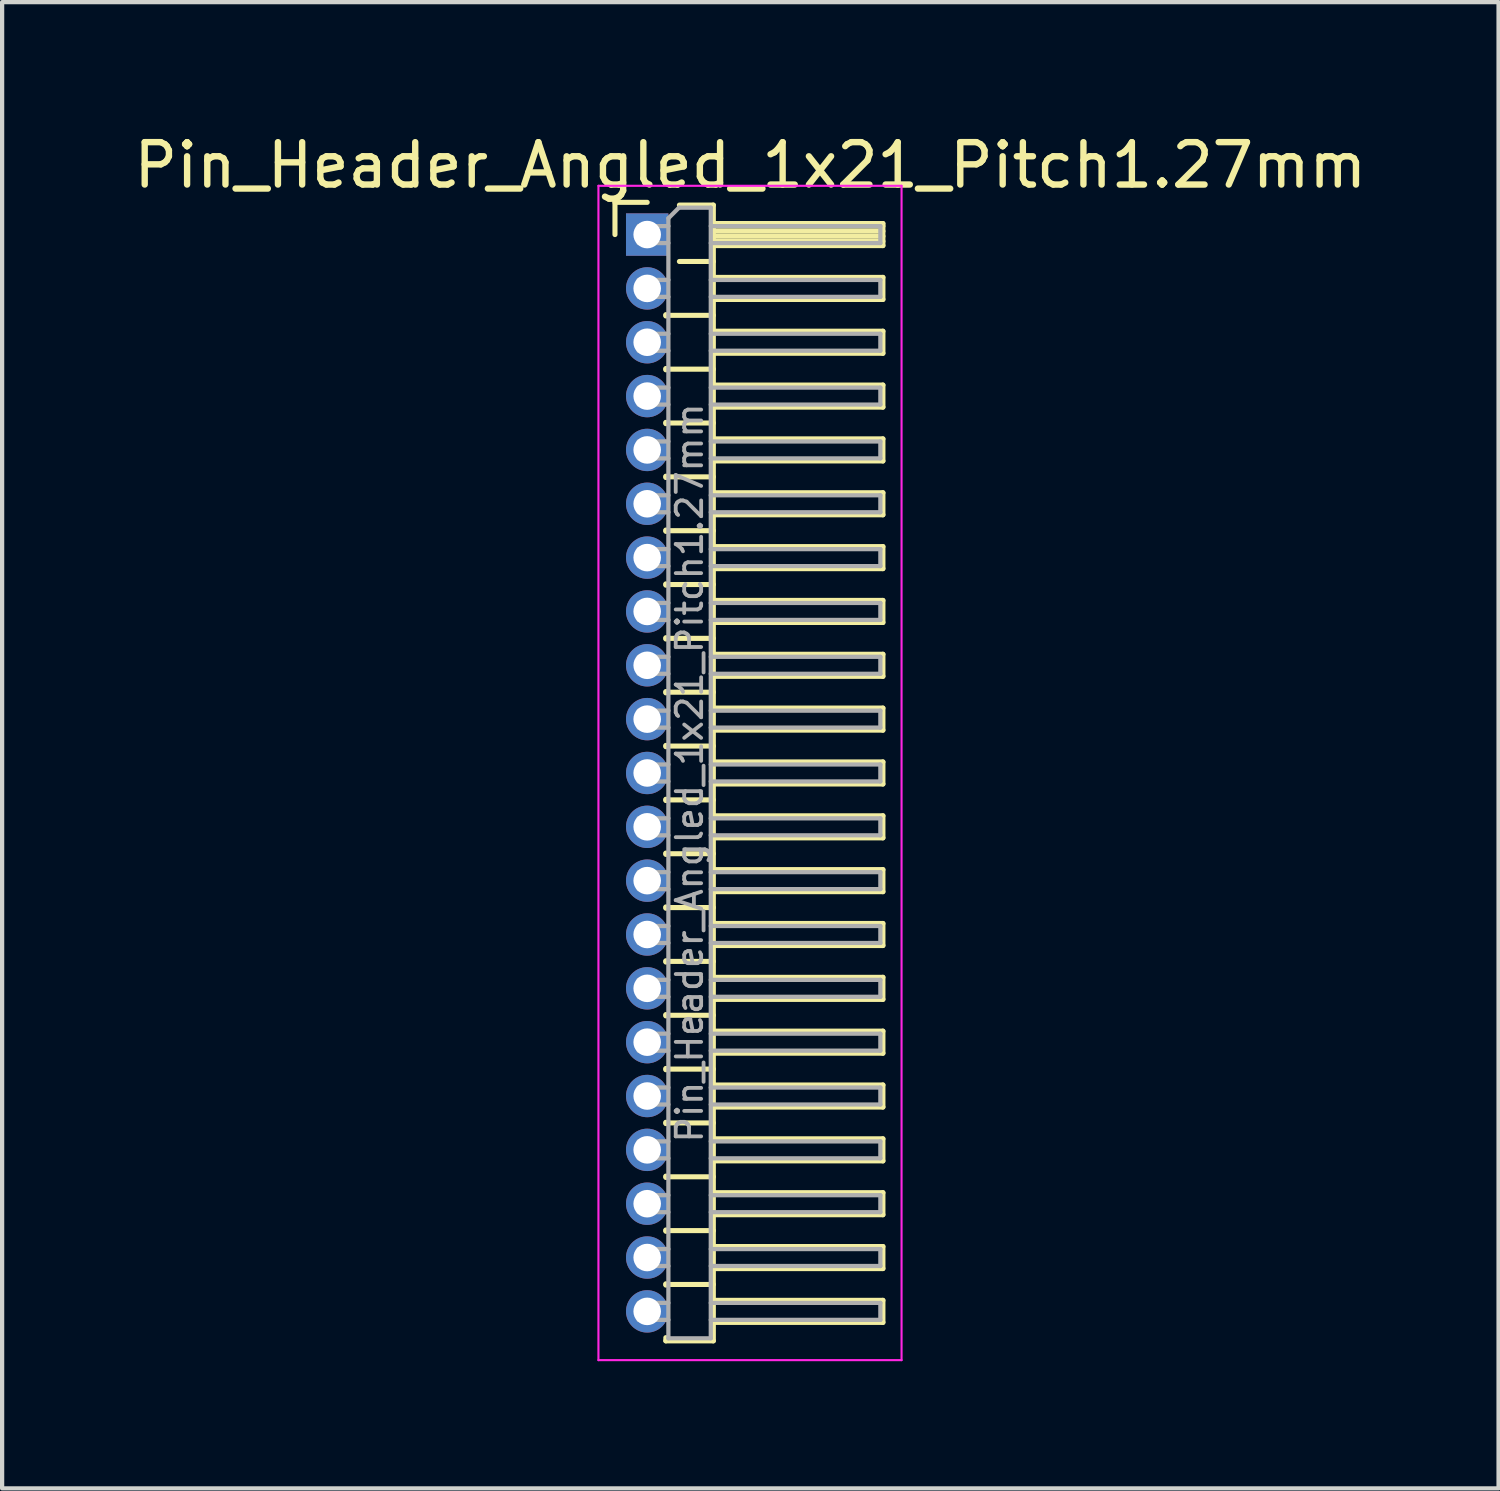
<source format=kicad_pcb>
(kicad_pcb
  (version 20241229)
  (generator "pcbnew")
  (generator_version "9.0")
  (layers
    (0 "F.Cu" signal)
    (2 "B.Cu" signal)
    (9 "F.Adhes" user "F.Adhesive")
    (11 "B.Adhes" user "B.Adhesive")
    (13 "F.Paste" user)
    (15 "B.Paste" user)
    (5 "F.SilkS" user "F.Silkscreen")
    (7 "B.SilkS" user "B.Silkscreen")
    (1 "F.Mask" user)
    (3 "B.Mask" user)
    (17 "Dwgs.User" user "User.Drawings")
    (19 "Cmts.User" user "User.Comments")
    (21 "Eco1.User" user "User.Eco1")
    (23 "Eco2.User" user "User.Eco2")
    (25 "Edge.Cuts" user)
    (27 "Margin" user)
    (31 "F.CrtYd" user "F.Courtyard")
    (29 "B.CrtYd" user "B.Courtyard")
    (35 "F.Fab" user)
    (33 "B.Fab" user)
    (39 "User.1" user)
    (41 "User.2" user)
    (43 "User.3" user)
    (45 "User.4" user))
  (footprint "Pin_Header_Angled_1x21_Pitch1.27mm"
    (layer "F.Cu")
    (at 12.216 2.483)
    (property "Reference" "Pin_Header_Angled_1x21_Pitch1.27mm" (at 2.433 -1.635 0) (layer "F.SilkS") (effects (font (size 1 1) (thickness 0.15))))
    (attr through_hole)
    (fp_line (start -0.76 -0.76) (end 0 -0.76) (stroke (width 0.12) (type solid)) (layer "F.SilkS"))
    (fp_line (start -0.76 0) (end -0.76 -0.76) (stroke (width 0.12) (type solid)) (layer "F.SilkS"))
    (fp_line (start 0.44 1.89) (end 0.44 1.92) (stroke (width 0.12) (type solid)) (layer "F.SilkS"))
    (fp_line (start 0.44 1.905) (end 1.56 1.905) (stroke (width 0.12) (type solid)) (layer "F.SilkS"))
    (fp_line (start 0.44 3.16) (end 0.44 3.19) (stroke (width 0.12) (type solid)) (layer "F.SilkS"))
    (fp_line (start 0.44 3.175) (end 1.56 3.175) (stroke (width 0.12) (type solid)) (layer "F.SilkS"))
    (fp_line (start 0.44 4.43) (end 0.44 4.46) (stroke (width 0.12) (type solid)) (layer "F.SilkS"))
    (fp_line (start 0.44 4.445) (end 1.56 4.445) (stroke (width 0.12) (type solid)) (layer "F.SilkS"))
    (fp_line (start 0.44 5.7) (end 0.44 5.73) (stroke (width 0.12) (type solid)) (layer "F.SilkS"))
    (fp_line (start 0.44 5.715) (end 1.56 5.715) (stroke (width 0.12) (type solid)) (layer "F.SilkS"))
    (fp_line (start 0.44 6.97) (end 0.44 7) (stroke (width 0.12) (type solid)) (layer "F.SilkS"))
    (fp_line (start 0.44 6.985) (end 1.56 6.985) (stroke (width 0.12) (type solid)) (layer "F.SilkS"))
    (fp_line (start 0.44 8.24) (end 0.44 8.27) (stroke (width 0.12) (type solid)) (layer "F.SilkS"))
    (fp_line (start 0.44 8.255) (end 1.56 8.255) (stroke (width 0.12) (type solid)) (layer "F.SilkS"))
    (fp_line (start 0.44 9.51) (end 0.44 9.54) (stroke (width 0.12) (type solid)) (layer "F.SilkS"))
    (fp_line (start 0.44 9.525) (end 1.56 9.525) (stroke (width 0.12) (type solid)) (layer "F.SilkS"))
    (fp_line (start 0.44 10.78) (end 0.44 10.81) (stroke (width 0.12) (type solid)) (layer "F.SilkS"))
    (fp_line (start 0.44 10.795) (end 1.56 10.795) (stroke (width 0.12) (type solid)) (layer "F.SilkS"))
    (fp_line (start 0.44 12.05) (end 0.44 12.08) (stroke (width 0.12) (type solid)) (layer "F.SilkS"))
    (fp_line (start 0.44 12.065) (end 1.56 12.065) (stroke (width 0.12) (type solid)) (layer "F.SilkS"))
    (fp_line (start 0.44 13.32) (end 0.44 13.35) (stroke (width 0.12) (type solid)) (layer "F.SilkS"))
    (fp_line (start 0.44 13.335) (end 1.56 13.335) (stroke (width 0.12) (type solid)) (layer "F.SilkS"))
    (fp_line (start 0.44 14.59) (end 0.44 14.62) (stroke (width 0.12) (type solid)) (layer "F.SilkS"))
    (fp_line (start 0.44 14.605) (end 1.56 14.605) (stroke (width 0.12) (type solid)) (layer "F.SilkS"))
    (fp_line (start 0.44 15.86) (end 0.44 15.89) (stroke (width 0.12) (type solid)) (layer "F.SilkS"))
    (fp_line (start 0.44 15.875) (end 1.56 15.875) (stroke (width 0.12) (type solid)) (layer "F.SilkS"))
    (fp_line (start 0.44 17.13) (end 0.44 17.16) (stroke (width 0.12) (type solid)) (layer "F.SilkS"))
    (fp_line (start 0.44 17.145) (end 1.56 17.145) (stroke (width 0.12) (type solid)) (layer "F.SilkS"))
    (fp_line (start 0.44 18.4) (end 0.44 18.43) (stroke (width 0.12) (type solid)) (layer "F.SilkS"))
    (fp_line (start 0.44 18.415) (end 1.56 18.415) (stroke (width 0.12) (type solid)) (layer "F.SilkS"))
    (fp_line (start 0.44 19.67) (end 0.44 19.7) (stroke (width 0.12) (type solid)) (layer "F.SilkS"))
    (fp_line (start 0.44 19.685) (end 1.56 19.685) (stroke (width 0.12) (type solid)) (layer "F.SilkS"))
    (fp_line (start 0.44 20.94) (end 0.44 20.97) (stroke (width 0.12) (type solid)) (layer "F.SilkS"))
    (fp_line (start 0.44 20.955) (end 1.56 20.955) (stroke (width 0.12) (type solid)) (layer "F.SilkS"))
    (fp_line (start 0.44 22.21) (end 0.44 22.24) (stroke (width 0.12) (type solid)) (layer "F.SilkS"))
    (fp_line (start 0.44 22.225) (end 1.56 22.225) (stroke (width 0.12) (type solid)) (layer "F.SilkS"))
    (fp_line (start 0.44 23.48) (end 0.44 23.51) (stroke (width 0.12) (type solid)) (layer "F.SilkS"))
    (fp_line (start 0.44 23.495) (end 1.56 23.495) (stroke (width 0.12) (type solid)) (layer "F.SilkS"))
    (fp_line (start 0.44 24.75) (end 0.44 24.78) (stroke (width 0.12) (type solid)) (layer "F.SilkS"))
    (fp_line (start 0.44 24.765) (end 1.56 24.765) (stroke (width 0.12) (type solid)) (layer "F.SilkS"))
    (fp_line (start 0.44 26.095) (end 0.44 26.02) (stroke (width 0.12) (type solid)) (layer "F.SilkS"))
    (fp_line (start 0.76 -0.695) (end 1.56 -0.695) (stroke (width 0.12) (type solid)) (layer "F.SilkS"))
    (fp_line (start 0.76 0.635) (end 1.56 0.635) (stroke (width 0.12) (type solid)) (layer "F.SilkS"))
    (fp_line (start 1.56 -0.695) (end 1.56 26.095) (stroke (width 0.12) (type solid)) (layer "F.SilkS"))
    (fp_line (start 1.56 -0.26) (end 5.56 -0.26) (stroke (width 0.12) (type solid)) (layer "F.SilkS"))
    (fp_line (start 1.56 -0.2) (end 5.56 -0.2) (stroke (width 0.12) (type solid)) (layer "F.SilkS"))
    (fp_line (start 1.56 -0.08) (end 5.56 -0.08) (stroke (width 0.12) (type solid)) (layer "F.SilkS"))
    (fp_line (start 1.56 0.04) (end 5.56 0.04) (stroke (width 0.12) (type solid)) (layer "F.SilkS"))
    (fp_line (start 1.56 0.16) (end 5.56 0.16) (stroke (width 0.12) (type solid)) (layer "F.SilkS"))
    (fp_line (start 1.56 1.01) (end 5.56 1.01) (stroke (width 0.12) (type solid)) (layer "F.SilkS"))
    (fp_line (start 1.56 2.28) (end 5.56 2.28) (stroke (width 0.12) (type solid)) (layer "F.SilkS"))
    (fp_line (start 1.56 3.55) (end 5.56 3.55) (stroke (width 0.12) (type solid)) (layer "F.SilkS"))
    (fp_line (start 1.56 4.82) (end 5.56 4.82) (stroke (width 0.12) (type solid)) (layer "F.SilkS"))
    (fp_line (start 1.56 6.09) (end 5.56 6.09) (stroke (width 0.12) (type solid)) (layer "F.SilkS"))
    (fp_line (start 1.56 7.36) (end 5.56 7.36) (stroke (width 0.12) (type solid)) (layer "F.SilkS"))
    (fp_line (start 1.56 8.63) (end 5.56 8.63) (stroke (width 0.12) (type solid)) (layer "F.SilkS"))
    (fp_line (start 1.56 9.9) (end 5.56 9.9) (stroke (width 0.12) (type solid)) (layer "F.SilkS"))
    (fp_line (start 1.56 11.17) (end 5.56 11.17) (stroke (width 0.12) (type solid)) (layer "F.SilkS"))
    (fp_line (start 1.56 12.44) (end 5.56 12.44) (stroke (width 0.12) (type solid)) (layer "F.SilkS"))
    (fp_line (start 1.56 13.71) (end 5.56 13.71) (stroke (width 0.12) (type solid)) (layer "F.SilkS"))
    (fp_line (start 1.56 14.98) (end 5.56 14.98) (stroke (width 0.12) (type solid)) (layer "F.SilkS"))
    (fp_line (start 1.56 16.25) (end 5.56 16.25) (stroke (width 0.12) (type solid)) (layer "F.SilkS"))
    (fp_line (start 1.56 17.52) (end 5.56 17.52) (stroke (width 0.12) (type solid)) (layer "F.SilkS"))
    (fp_line (start 1.56 18.79) (end 5.56 18.79) (stroke (width 0.12) (type solid)) (layer "F.SilkS"))
    (fp_line (start 1.56 20.06) (end 5.56 20.06) (stroke (width 0.12) (type solid)) (layer "F.SilkS"))
    (fp_line (start 1.56 21.33) (end 5.56 21.33) (stroke (width 0.12) (type solid)) (layer "F.SilkS"))
    (fp_line (start 1.56 22.6) (end 5.56 22.6) (stroke (width 0.12) (type solid)) (layer "F.SilkS"))
    (fp_line (start 1.56 23.87) (end 5.56 23.87) (stroke (width 0.12) (type solid)) (layer "F.SilkS"))
    (fp_line (start 1.56 25.14) (end 5.56 25.14) (stroke (width 0.12) (type solid)) (layer "F.SilkS"))
    (fp_line (start 1.56 26.095) (end 0.44 26.095) (stroke (width 0.12) (type solid)) (layer "F.SilkS"))
    (fp_line (start 5.56 -0.26) (end 5.56 0.26) (stroke (width 0.12) (type solid)) (layer "F.SilkS"))
    (fp_line (start 5.56 0.26) (end 1.56 0.26) (stroke (width 0.12) (type solid)) (layer "F.SilkS"))
    (fp_line (start 5.56 1.01) (end 5.56 1.53) (stroke (width 0.12) (type solid)) (layer "F.SilkS"))
    (fp_line (start 5.56 1.53) (end 1.56 1.53) (stroke (width 0.12) (type solid)) (layer "F.SilkS"))
    (fp_line (start 5.56 2.28) (end 5.56 2.8) (stroke (width 0.12) (type solid)) (layer "F.SilkS"))
    (fp_line (start 5.56 2.8) (end 1.56 2.8) (stroke (width 0.12) (type solid)) (layer "F.SilkS"))
    (fp_line (start 5.56 3.55) (end 5.56 4.07) (stroke (width 0.12) (type solid)) (layer "F.SilkS"))
    (fp_line (start 5.56 4.07) (end 1.56 4.07) (stroke (width 0.12) (type solid)) (layer "F.SilkS"))
    (fp_line (start 5.56 4.82) (end 5.56 5.34) (stroke (width 0.12) (type solid)) (layer "F.SilkS"))
    (fp_line (start 5.56 5.34) (end 1.56 5.34) (stroke (width 0.12) (type solid)) (layer "F.SilkS"))
    (fp_line (start 5.56 6.09) (end 5.56 6.61) (stroke (width 0.12) (type solid)) (layer "F.SilkS"))
    (fp_line (start 5.56 6.61) (end 1.56 6.61) (stroke (width 0.12) (type solid)) (layer "F.SilkS"))
    (fp_line (start 5.56 7.36) (end 5.56 7.88) (stroke (width 0.12) (type solid)) (layer "F.SilkS"))
    (fp_line (start 5.56 7.88) (end 1.56 7.88) (stroke (width 0.12) (type solid)) (layer "F.SilkS"))
    (fp_line (start 5.56 8.63) (end 5.56 9.15) (stroke (width 0.12) (type solid)) (layer "F.SilkS"))
    (fp_line (start 5.56 9.15) (end 1.56 9.15) (stroke (width 0.12) (type solid)) (layer "F.SilkS"))
    (fp_line (start 5.56 9.9) (end 5.56 10.42) (stroke (width 0.12) (type solid)) (layer "F.SilkS"))
    (fp_line (start 5.56 10.42) (end 1.56 10.42) (stroke (width 0.12) (type solid)) (layer "F.SilkS"))
    (fp_line (start 5.56 11.17) (end 5.56 11.69) (stroke (width 0.12) (type solid)) (layer "F.SilkS"))
    (fp_line (start 5.56 11.69) (end 1.56 11.69) (stroke (width 0.12) (type solid)) (layer "F.SilkS"))
    (fp_line (start 5.56 12.44) (end 5.56 12.96) (stroke (width 0.12) (type solid)) (layer "F.SilkS"))
    (fp_line (start 5.56 12.96) (end 1.56 12.96) (stroke (width 0.12) (type solid)) (layer "F.SilkS"))
    (fp_line (start 5.56 13.71) (end 5.56 14.23) (stroke (width 0.12) (type solid)) (layer "F.SilkS"))
    (fp_line (start 5.56 14.23) (end 1.56 14.23) (stroke (width 0.12) (type solid)) (layer "F.SilkS"))
    (fp_line (start 5.56 14.98) (end 5.56 15.5) (stroke (width 0.12) (type solid)) (layer "F.SilkS"))
    (fp_line (start 5.56 15.5) (end 1.56 15.5) (stroke (width 0.12) (type solid)) (layer "F.SilkS"))
    (fp_line (start 5.56 16.25) (end 5.56 16.77) (stroke (width 0.12) (type solid)) (layer "F.SilkS"))
    (fp_line (start 5.56 16.77) (end 1.56 16.77) (stroke (width 0.12) (type solid)) (layer "F.SilkS"))
    (fp_line (start 5.56 17.52) (end 5.56 18.04) (stroke (width 0.12) (type solid)) (layer "F.SilkS"))
    (fp_line (start 5.56 18.04) (end 1.56 18.04) (stroke (width 0.12) (type solid)) (layer "F.SilkS"))
    (fp_line (start 5.56 18.79) (end 5.56 19.31) (stroke (width 0.12) (type solid)) (layer "F.SilkS"))
    (fp_line (start 5.56 19.31) (end 1.56 19.31) (stroke (width 0.12) (type solid)) (layer "F.SilkS"))
    (fp_line (start 5.56 20.06) (end 5.56 20.58) (stroke (width 0.12) (type solid)) (layer "F.SilkS"))
    (fp_line (start 5.56 20.58) (end 1.56 20.58) (stroke (width 0.12) (type solid)) (layer "F.SilkS"))
    (fp_line (start 5.56 21.33) (end 5.56 21.85) (stroke (width 0.12) (type solid)) (layer "F.SilkS"))
    (fp_line (start 5.56 21.85) (end 1.56 21.85) (stroke (width 0.12) (type solid)) (layer "F.SilkS"))
    (fp_line (start 5.56 22.6) (end 5.56 23.12) (stroke (width 0.12) (type solid)) (layer "F.SilkS"))
    (fp_line (start 5.56 23.12) (end 1.56 23.12) (stroke (width 0.12) (type solid)) (layer "F.SilkS"))
    (fp_line (start 5.56 23.87) (end 5.56 24.39) (stroke (width 0.12) (type solid)) (layer "F.SilkS"))
    (fp_line (start 5.56 24.39) (end 1.56 24.39) (stroke (width 0.12) (type solid)) (layer "F.SilkS"))
    (fp_line (start 5.56 25.14) (end 5.56 25.66) (stroke (width 0.12) (type solid)) (layer "F.SilkS"))
    (fp_line (start 5.56 25.66) (end 1.56 25.66) (stroke (width 0.12) (type solid)) (layer "F.SilkS"))
    (fp_line (start -1.15 -1.15) (end -1.15 26.55) (stroke (width 0.05) (type solid)) (layer "F.CrtYd"))
    (fp_line (start -1.15 26.55) (end 6 26.55) (stroke (width 0.05) (type solid)) (layer "F.CrtYd"))
    (fp_line (start 6 -1.15) (end -1.15 -1.15) (stroke (width 0.05) (type solid)) (layer "F.CrtYd"))
    (fp_line (start 6 26.55) (end 6 -1.15) (stroke (width 0.05) (type solid)) (layer "F.CrtYd"))
    (fp_line (start -0.2 -0.2) (end -0.2 0.2) (stroke (width 0.1) (type solid)) (layer "F.Fab"))
    (fp_line (start -0.2 -0.2) (end 0.5 -0.2) (stroke (width 0.1) (type solid)) (layer "F.Fab"))
    (fp_line (start -0.2 0.2) (end 0.5 0.2) (stroke (width 0.1) (type solid)) (layer "F.Fab"))
    (fp_line (start -0.2 1.07) (end -0.2 1.47) (stroke (width 0.1) (type solid)) (layer "F.Fab"))
    (fp_line (start -0.2 1.07) (end 0.5 1.07) (stroke (width 0.1) (type solid)) (layer "F.Fab"))
    (fp_line (start -0.2 1.47) (end 0.5 1.47) (stroke (width 0.1) (type solid)) (layer "F.Fab"))
    (fp_line (start -0.2 2.34) (end -0.2 2.74) (stroke (width 0.1) (type solid)) (layer "F.Fab"))
    (fp_line (start -0.2 2.34) (end 0.5 2.34) (stroke (width 0.1) (type solid)) (layer "F.Fab"))
    (fp_line (start -0.2 2.74) (end 0.5 2.74) (stroke (width 0.1) (type solid)) (layer "F.Fab"))
    (fp_line (start -0.2 3.61) (end -0.2 4.01) (stroke (width 0.1) (type solid)) (layer "F.Fab"))
    (fp_line (start -0.2 3.61) (end 0.5 3.61) (stroke (width 0.1) (type solid)) (layer "F.Fab"))
    (fp_line (start -0.2 4.01) (end 0.5 4.01) (stroke (width 0.1) (type solid)) (layer "F.Fab"))
    (fp_line (start -0.2 4.88) (end -0.2 5.28) (stroke (width 0.1) (type solid)) (layer "F.Fab"))
    (fp_line (start -0.2 4.88) (end 0.5 4.88) (stroke (width 0.1) (type solid)) (layer "F.Fab"))
    (fp_line (start -0.2 5.28) (end 0.5 5.28) (stroke (width 0.1) (type solid)) (layer "F.Fab"))
    (fp_line (start -0.2 6.15) (end -0.2 6.55) (stroke (width 0.1) (type solid)) (layer "F.Fab"))
    (fp_line (start -0.2 6.15) (end 0.5 6.15) (stroke (width 0.1) (type solid)) (layer "F.Fab"))
    (fp_line (start -0.2 6.55) (end 0.5 6.55) (stroke (width 0.1) (type solid)) (layer "F.Fab"))
    (fp_line (start -0.2 7.42) (end -0.2 7.82) (stroke (width 0.1) (type solid)) (layer "F.Fab"))
    (fp_line (start -0.2 7.42) (end 0.5 7.42) (stroke (width 0.1) (type solid)) (layer "F.Fab"))
    (fp_line (start -0.2 7.82) (end 0.5 7.82) (stroke (width 0.1) (type solid)) (layer "F.Fab"))
    (fp_line (start -0.2 8.69) (end -0.2 9.09) (stroke (width 0.1) (type solid)) (layer "F.Fab"))
    (fp_line (start -0.2 8.69) (end 0.5 8.69) (stroke (width 0.1) (type solid)) (layer "F.Fab"))
    (fp_line (start -0.2 9.09) (end 0.5 9.09) (stroke (width 0.1) (type solid)) (layer "F.Fab"))
    (fp_line (start -0.2 9.96) (end -0.2 10.36) (stroke (width 0.1) (type solid)) (layer "F.Fab"))
    (fp_line (start -0.2 9.96) (end 0.5 9.96) (stroke (width 0.1) (type solid)) (layer "F.Fab"))
    (fp_line (start -0.2 10.36) (end 0.5 10.36) (stroke (width 0.1) (type solid)) (layer "F.Fab"))
    (fp_line (start -0.2 11.23) (end -0.2 11.63) (stroke (width 0.1) (type solid)) (layer "F.Fab"))
    (fp_line (start -0.2 11.23) (end 0.5 11.23) (stroke (width 0.1) (type solid)) (layer "F.Fab"))
    (fp_line (start -0.2 11.63) (end 0.5 11.63) (stroke (width 0.1) (type solid)) (layer "F.Fab"))
    (fp_line (start -0.2 12.5) (end -0.2 12.9) (stroke (width 0.1) (type solid)) (layer "F.Fab"))
    (fp_line (start -0.2 12.5) (end 0.5 12.5) (stroke (width 0.1) (type solid)) (layer "F.Fab"))
    (fp_line (start -0.2 12.9) (end 0.5 12.9) (stroke (width 0.1) (type solid)) (layer "F.Fab"))
    (fp_line (start -0.2 13.77) (end -0.2 14.17) (stroke (width 0.1) (type solid)) (layer "F.Fab"))
    (fp_line (start -0.2 13.77) (end 0.5 13.77) (stroke (width 0.1) (type solid)) (layer "F.Fab"))
    (fp_line (start -0.2 14.17) (end 0.5 14.17) (stroke (width 0.1) (type solid)) (layer "F.Fab"))
    (fp_line (start -0.2 15.04) (end -0.2 15.44) (stroke (width 0.1) (type solid)) (layer "F.Fab"))
    (fp_line (start -0.2 15.04) (end 0.5 15.04) (stroke (width 0.1) (type solid)) (layer "F.Fab"))
    (fp_line (start -0.2 15.44) (end 0.5 15.44) (stroke (width 0.1) (type solid)) (layer "F.Fab"))
    (fp_line (start -0.2 16.31) (end -0.2 16.71) (stroke (width 0.1) (type solid)) (layer "F.Fab"))
    (fp_line (start -0.2 16.31) (end 0.5 16.31) (stroke (width 0.1) (type solid)) (layer "F.Fab"))
    (fp_line (start -0.2 16.71) (end 0.5 16.71) (stroke (width 0.1) (type solid)) (layer "F.Fab"))
    (fp_line (start -0.2 17.58) (end -0.2 17.98) (stroke (width 0.1) (type solid)) (layer "F.Fab"))
    (fp_line (start -0.2 17.58) (end 0.5 17.58) (stroke (width 0.1) (type solid)) (layer "F.Fab"))
    (fp_line (start -0.2 17.98) (end 0.5 17.98) (stroke (width 0.1) (type solid)) (layer "F.Fab"))
    (fp_line (start -0.2 18.85) (end -0.2 19.25) (stroke (width 0.1) (type solid)) (layer "F.Fab"))
    (fp_line (start -0.2 18.85) (end 0.5 18.85) (stroke (width 0.1) (type solid)) (layer "F.Fab"))
    (fp_line (start -0.2 19.25) (end 0.5 19.25) (stroke (width 0.1) (type solid)) (layer "F.Fab"))
    (fp_line (start -0.2 20.12) (end -0.2 20.52) (stroke (width 0.1) (type solid)) (layer "F.Fab"))
    (fp_line (start -0.2 20.12) (end 0.5 20.12) (stroke (width 0.1) (type solid)) (layer "F.Fab"))
    (fp_line (start -0.2 20.52) (end 0.5 20.52) (stroke (width 0.1) (type solid)) (layer "F.Fab"))
    (fp_line (start -0.2 21.39) (end -0.2 21.79) (stroke (width 0.1) (type solid)) (layer "F.Fab"))
    (fp_line (start -0.2 21.39) (end 0.5 21.39) (stroke (width 0.1) (type solid)) (layer "F.Fab"))
    (fp_line (start -0.2 21.79) (end 0.5 21.79) (stroke (width 0.1) (type solid)) (layer "F.Fab"))
    (fp_line (start -0.2 22.66) (end -0.2 23.06) (stroke (width 0.1) (type solid)) (layer "F.Fab"))
    (fp_line (start -0.2 22.66) (end 0.5 22.66) (stroke (width 0.1) (type solid)) (layer "F.Fab"))
    (fp_line (start -0.2 23.06) (end 0.5 23.06) (stroke (width 0.1) (type solid)) (layer "F.Fab"))
    (fp_line (start -0.2 23.93) (end -0.2 24.33) (stroke (width 0.1) (type solid)) (layer "F.Fab"))
    (fp_line (start -0.2 23.93) (end 0.5 23.93) (stroke (width 0.1) (type solid)) (layer "F.Fab"))
    (fp_line (start -0.2 24.33) (end 0.5 24.33) (stroke (width 0.1) (type solid)) (layer "F.Fab"))
    (fp_line (start -0.2 25.2) (end -0.2 25.6) (stroke (width 0.1) (type solid)) (layer "F.Fab"))
    (fp_line (start -0.2 25.2) (end 0.5 25.2) (stroke (width 0.1) (type solid)) (layer "F.Fab"))
    (fp_line (start -0.2 25.6) (end 0.5 25.6) (stroke (width 0.1) (type solid)) (layer "F.Fab"))
    (fp_line (start 0.5 -0.385) (end 0.75 -0.635) (stroke (width 0.1) (type solid)) (layer "F.Fab"))
    (fp_line (start 0.5 26.035) (end 0.5 -0.385) (stroke (width 0.1) (type solid)) (layer "F.Fab"))
    (fp_line (start 0.75 -0.635) (end 1.5 -0.635) (stroke (width 0.1) (type solid)) (layer "F.Fab"))
    (fp_line (start 1.5 -0.635) (end 1.5 26.035) (stroke (width 0.1) (type solid)) (layer "F.Fab"))
    (fp_line (start 1.5 -0.2) (end 5.5 -0.2) (stroke (width 0.1) (type solid)) (layer "F.Fab"))
    (fp_line (start 1.5 0.2) (end 5.5 0.2) (stroke (width 0.1) (type solid)) (layer "F.Fab"))
    (fp_line (start 1.5 1.07) (end 5.5 1.07) (stroke (width 0.1) (type solid)) (layer "F.Fab"))
    (fp_line (start 1.5 1.47) (end 5.5 1.47) (stroke (width 0.1) (type solid)) (layer "F.Fab"))
    (fp_line (start 1.5 2.34) (end 5.5 2.34) (stroke (width 0.1) (type solid)) (layer "F.Fab"))
    (fp_line (start 1.5 2.74) (end 5.5 2.74) (stroke (width 0.1) (type solid)) (layer "F.Fab"))
    (fp_line (start 1.5 3.61) (end 5.5 3.61) (stroke (width 0.1) (type solid)) (layer "F.Fab"))
    (fp_line (start 1.5 4.01) (end 5.5 4.01) (stroke (width 0.1) (type solid)) (layer "F.Fab"))
    (fp_line (start 1.5 4.88) (end 5.5 4.88) (stroke (width 0.1) (type solid)) (layer "F.Fab"))
    (fp_line (start 1.5 5.28) (end 5.5 5.28) (stroke (width 0.1) (type solid)) (layer "F.Fab"))
    (fp_line (start 1.5 6.15) (end 5.5 6.15) (stroke (width 0.1) (type solid)) (layer "F.Fab"))
    (fp_line (start 1.5 6.55) (end 5.5 6.55) (stroke (width 0.1) (type solid)) (layer "F.Fab"))
    (fp_line (start 1.5 7.42) (end 5.5 7.42) (stroke (width 0.1) (type solid)) (layer "F.Fab"))
    (fp_line (start 1.5 7.82) (end 5.5 7.82) (stroke (width 0.1) (type solid)) (layer "F.Fab"))
    (fp_line (start 1.5 8.69) (end 5.5 8.69) (stroke (width 0.1) (type solid)) (layer "F.Fab"))
    (fp_line (start 1.5 9.09) (end 5.5 9.09) (stroke (width 0.1) (type solid)) (layer "F.Fab"))
    (fp_line (start 1.5 9.96) (end 5.5 9.96) (stroke (width 0.1) (type solid)) (layer "F.Fab"))
    (fp_line (start 1.5 10.36) (end 5.5 10.36) (stroke (width 0.1) (type solid)) (layer "F.Fab"))
    (fp_line (start 1.5 11.23) (end 5.5 11.23) (stroke (width 0.1) (type solid)) (layer "F.Fab"))
    (fp_line (start 1.5 11.63) (end 5.5 11.63) (stroke (width 0.1) (type solid)) (layer "F.Fab"))
    (fp_line (start 1.5 12.5) (end 5.5 12.5) (stroke (width 0.1) (type solid)) (layer "F.Fab"))
    (fp_line (start 1.5 12.9) (end 5.5 12.9) (stroke (width 0.1) (type solid)) (layer "F.Fab"))
    (fp_line (start 1.5 13.77) (end 5.5 13.77) (stroke (width 0.1) (type solid)) (layer "F.Fab"))
    (fp_line (start 1.5 14.17) (end 5.5 14.17) (stroke (width 0.1) (type solid)) (layer "F.Fab"))
    (fp_line (start 1.5 15.04) (end 5.5 15.04) (stroke (width 0.1) (type solid)) (layer "F.Fab"))
    (fp_line (start 1.5 15.44) (end 5.5 15.44) (stroke (width 0.1) (type solid)) (layer "F.Fab"))
    (fp_line (start 1.5 16.31) (end 5.5 16.31) (stroke (width 0.1) (type solid)) (layer "F.Fab"))
    (fp_line (start 1.5 16.71) (end 5.5 16.71) (stroke (width 0.1) (type solid)) (layer "F.Fab"))
    (fp_line (start 1.5 17.58) (end 5.5 17.58) (stroke (width 0.1) (type solid)) (layer "F.Fab"))
    (fp_line (start 1.5 17.98) (end 5.5 17.98) (stroke (width 0.1) (type solid)) (layer "F.Fab"))
    (fp_line (start 1.5 18.85) (end 5.5 18.85) (stroke (width 0.1) (type solid)) (layer "F.Fab"))
    (fp_line (start 1.5 19.25) (end 5.5 19.25) (stroke (width 0.1) (type solid)) (layer "F.Fab"))
    (fp_line (start 1.5 20.12) (end 5.5 20.12) (stroke (width 0.1) (type solid)) (layer "F.Fab"))
    (fp_line (start 1.5 20.52) (end 5.5 20.52) (stroke (width 0.1) (type solid)) (layer "F.Fab"))
    (fp_line (start 1.5 21.39) (end 5.5 21.39) (stroke (width 0.1) (type solid)) (layer "F.Fab"))
    (fp_line (start 1.5 21.79) (end 5.5 21.79) (stroke (width 0.1) (type solid)) (layer "F.Fab"))
    (fp_line (start 1.5 22.66) (end 5.5 22.66) (stroke (width 0.1) (type solid)) (layer "F.Fab"))
    (fp_line (start 1.5 23.06) (end 5.5 23.06) (stroke (width 0.1) (type solid)) (layer "F.Fab"))
    (fp_line (start 1.5 23.93) (end 5.5 23.93) (stroke (width 0.1) (type solid)) (layer "F.Fab"))
    (fp_line (start 1.5 24.33) (end 5.5 24.33) (stroke (width 0.1) (type solid)) (layer "F.Fab"))
    (fp_line (start 1.5 25.2) (end 5.5 25.2) (stroke (width 0.1) (type solid)) (layer "F.Fab"))
    (fp_line (start 1.5 25.6) (end 5.5 25.6) (stroke (width 0.1) (type solid)) (layer "F.Fab"))
    (fp_line (start 1.5 26.035) (end 0.5 26.035) (stroke (width 0.1) (type solid)) (layer "F.Fab"))
    (fp_line (start 5.5 -0.2) (end 5.5 0.2) (stroke (width 0.1) (type solid)) (layer "F.Fab"))
    (fp_line (start 5.5 1.07) (end 5.5 1.47) (stroke (width 0.1) (type solid)) (layer "F.Fab"))
    (fp_line (start 5.5 2.34) (end 5.5 2.74) (stroke (width 0.1) (type solid)) (layer "F.Fab"))
    (fp_line (start 5.5 3.61) (end 5.5 4.01) (stroke (width 0.1) (type solid)) (layer "F.Fab"))
    (fp_line (start 5.5 4.88) (end 5.5 5.28) (stroke (width 0.1) (type solid)) (layer "F.Fab"))
    (fp_line (start 5.5 6.15) (end 5.5 6.55) (stroke (width 0.1) (type solid)) (layer "F.Fab"))
    (fp_line (start 5.5 7.42) (end 5.5 7.82) (stroke (width 0.1) (type solid)) (layer "F.Fab"))
    (fp_line (start 5.5 8.69) (end 5.5 9.09) (stroke (width 0.1) (type solid)) (layer "F.Fab"))
    (fp_line (start 5.5 9.96) (end 5.5 10.36) (stroke (width 0.1) (type solid)) (layer "F.Fab"))
    (fp_line (start 5.5 11.23) (end 5.5 11.63) (stroke (width 0.1) (type solid)) (layer "F.Fab"))
    (fp_line (start 5.5 12.5) (end 5.5 12.9) (stroke (width 0.1) (type solid)) (layer "F.Fab"))
    (fp_line (start 5.5 13.77) (end 5.5 14.17) (stroke (width 0.1) (type solid)) (layer "F.Fab"))
    (fp_line (start 5.5 15.04) (end 5.5 15.44) (stroke (width 0.1) (type solid)) (layer "F.Fab"))
    (fp_line (start 5.5 16.31) (end 5.5 16.71) (stroke (width 0.1) (type solid)) (layer "F.Fab"))
    (fp_line (start 5.5 17.58) (end 5.5 17.98) (stroke (width 0.1) (type solid)) (layer "F.Fab"))
    (fp_line (start 5.5 18.85) (end 5.5 19.25) (stroke (width 0.1) (type solid)) (layer "F.Fab"))
    (fp_line (start 5.5 20.12) (end 5.5 20.52) (stroke (width 0.1) (type solid)) (layer "F.Fab"))
    (fp_line (start 5.5 21.39) (end 5.5 21.79) (stroke (width 0.1) (type solid)) (layer "F.Fab"))
    (fp_line (start 5.5 22.66) (end 5.5 23.06) (stroke (width 0.1) (type solid)) (layer "F.Fab"))
    (fp_line (start 5.5 23.93) (end 5.5 24.33) (stroke (width 0.1) (type solid)) (layer "F.Fab"))
    (fp_line (start 5.5 25.2) (end 5.5 25.6) (stroke (width 0.1) (type solid)) (layer "F.Fab"))
    (fp_text user "${REFERENCE}" (at 1 12.7 90) (layer "F.Fab") (effects (font (size 0.6 0.6) (thickness 0.09))))
    (pad "1" thru_hole rect (at 0 0) (size 1 1) (drill 0.65) (layers "*.Cu" "*.Mask"))
    (pad "2" thru_hole oval (at 0 1.27) (size 1 1) (drill 0.65) (layers "*.Cu" "*.Mask"))
    (pad "3" thru_hole oval (at 0 2.54) (size 1 1) (drill 0.65) (layers "*.Cu" "*.Mask"))
    (pad "4" thru_hole oval (at 0 3.81) (size 1 1) (drill 0.65) (layers "*.Cu" "*.Mask"))
    (pad "5" thru_hole oval (at 0 5.08) (size 1 1) (drill 0.65) (layers "*.Cu" "*.Mask"))
    (pad "6" thru_hole oval (at 0 6.35) (size 1 1) (drill 0.65) (layers "*.Cu" "*.Mask"))
    (pad "7" thru_hole oval (at 0 7.62) (size 1 1) (drill 0.65) (layers "*.Cu" "*.Mask"))
    (pad "8" thru_hole oval (at 0 8.89) (size 1 1) (drill 0.65) (layers "*.Cu" "*.Mask"))
    (pad "9" thru_hole oval (at 0 10.16) (size 1 1) (drill 0.65) (layers "*.Cu" "*.Mask"))
    (pad "10" thru_hole oval (at 0 11.43) (size 1 1) (drill 0.65) (layers "*.Cu" "*.Mask"))
    (pad "11" thru_hole oval (at 0 12.7) (size 1 1) (drill 0.65) (layers "*.Cu" "*.Mask"))
    (pad "12" thru_hole oval (at 0 13.97) (size 1 1) (drill 0.65) (layers "*.Cu" "*.Mask"))
    (pad "13" thru_hole oval (at 0 15.24) (size 1 1) (drill 0.65) (layers "*.Cu" "*.Mask"))
    (pad "14" thru_hole oval (at 0 16.51) (size 1 1) (drill 0.65) (layers "*.Cu" "*.Mask"))
    (pad "15" thru_hole oval (at 0 17.78) (size 1 1) (drill 0.65) (layers "*.Cu" "*.Mask"))
    (pad "16" thru_hole oval (at 0 19.05) (size 1 1) (drill 0.65) (layers "*.Cu" "*.Mask"))
    (pad "17" thru_hole oval (at 0 20.32) (size 1 1) (drill 0.65) (layers "*.Cu" "*.Mask"))
    (pad "18" thru_hole oval (at 0 21.59) (size 1 1) (drill 0.65) (layers "*.Cu" "*.Mask"))
    (pad "19" thru_hole oval (at 0 22.86) (size 1 1) (drill 0.65) (layers "*.Cu" "*.Mask"))
    (pad "20" thru_hole oval (at 0 24.13) (size 1 1) (drill 0.65) (layers "*.Cu" "*.Mask"))
    (pad "21" thru_hole oval (at 0 25.4) (size 1 1) (drill 0.65) (layers "*.Cu" "*.Mask")))
  (gr_rect
    (start -3 -3)
    (end 32.298 32.058)
    (stroke (width 0.1) (type default))
    (fill no)
    (layer "Edge.Cuts")))
</source>
